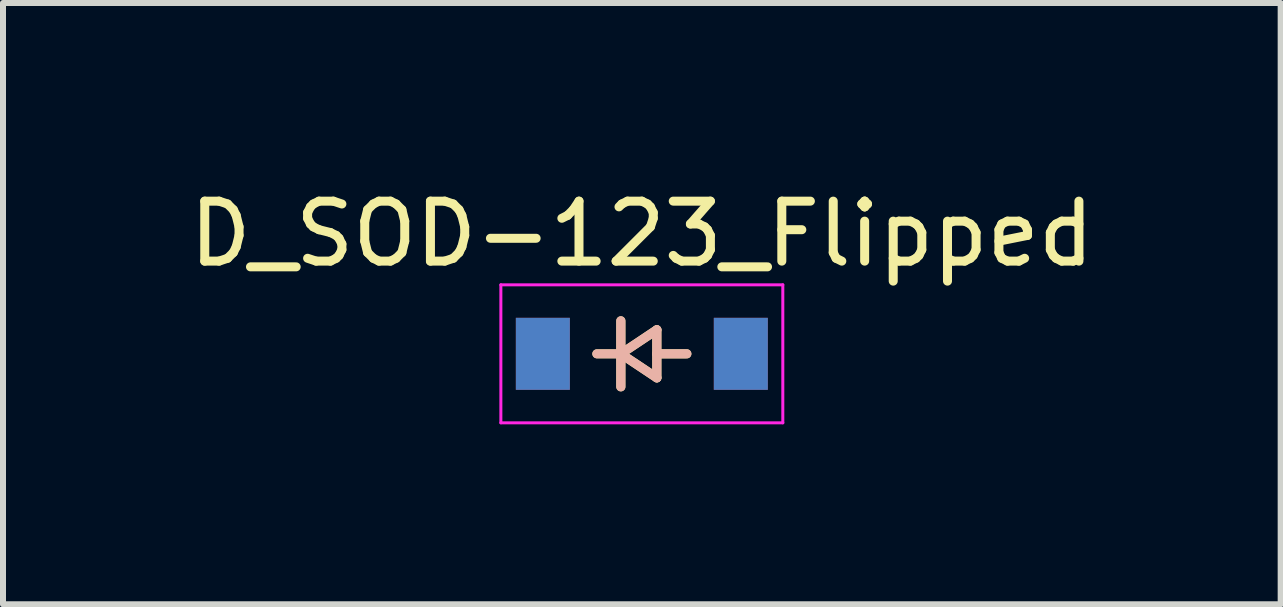
<source format=kicad_pcb>
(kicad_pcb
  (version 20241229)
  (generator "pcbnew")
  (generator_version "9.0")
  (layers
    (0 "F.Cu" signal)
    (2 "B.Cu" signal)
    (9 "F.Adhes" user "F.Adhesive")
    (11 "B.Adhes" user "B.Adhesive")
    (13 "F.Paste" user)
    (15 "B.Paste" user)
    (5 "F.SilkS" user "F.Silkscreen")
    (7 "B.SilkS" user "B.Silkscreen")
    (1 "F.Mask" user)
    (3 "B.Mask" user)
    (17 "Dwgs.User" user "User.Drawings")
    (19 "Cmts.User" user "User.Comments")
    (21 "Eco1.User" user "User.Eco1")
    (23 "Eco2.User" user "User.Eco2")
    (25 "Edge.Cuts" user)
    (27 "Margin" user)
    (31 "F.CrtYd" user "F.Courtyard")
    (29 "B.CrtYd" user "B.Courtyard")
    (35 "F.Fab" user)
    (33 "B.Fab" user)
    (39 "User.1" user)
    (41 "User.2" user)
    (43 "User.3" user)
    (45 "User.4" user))
  (footprint "D_SOD-123_Flipped"
    (layer "F.Cu")
    (at 7.649 2.848)
    (property "Reference" "D_SOD-123_Flipped" (at 0 -2 0) (layer "F.SilkS") (effects (font (size 1 1) (thickness 0.15))))
    (attr smd)
    (fp_line (start -0.75 0) (end -0.35 0) (stroke (width 0.15) (type solid)) (layer "F.SilkS"))
    (fp_line (start -0.35 0) (end -0.35 -0.55) (stroke (width 0.152) (type solid)) (layer "F.SilkS"))
    (fp_line (start -0.35 0) (end -0.35 0.55) (stroke (width 0.152) (type solid)) (layer "F.SilkS"))
    (fp_line (start -0.35 0) (end 0.25 -0.4) (stroke (width 0.152) (type solid)) (layer "F.SilkS"))
    (fp_line (start 0.25 -0.4) (end 0.25 0.4) (stroke (width 0.152) (type solid)) (layer "F.SilkS"))
    (fp_line (start 0.25 0) (end 0.75 0) (stroke (width 0.152) (type solid)) (layer "F.SilkS"))
    (fp_line (start 0.25 0.4) (end -0.35 0) (stroke (width 0.152) (type solid)) (layer "F.SilkS"))
    (fp_line (start -0.75 0) (end -0.35 0) (stroke (width 0.15) (type solid)) (layer "B.SilkS"))
    (fp_line (start -0.35 0) (end -0.35 -0.55) (stroke (width 0.152) (type solid)) (layer "B.SilkS"))
    (fp_line (start -0.35 0) (end -0.35 0.55) (stroke (width 0.152) (type solid)) (layer "B.SilkS"))
    (fp_line (start -0.35 0) (end 0.25 -0.4) (stroke (width 0.152) (type solid)) (layer "B.SilkS"))
    (fp_line (start 0.25 -0.4) (end 0.25 0.4) (stroke (width 0.152) (type solid)) (layer "B.SilkS"))
    (fp_line (start 0.25 0) (end 0.75 0) (stroke (width 0.152) (type solid)) (layer "B.SilkS"))
    (fp_line (start 0.25 0.4) (end -0.35 0) (stroke (width 0.152) (type solid)) (layer "B.SilkS"))
    (fp_line (start -2.35 -1.15) (end -2.35 1.15) (stroke (width 0.05) (type solid)) (layer "F.CrtYd"))
    (fp_line (start -2.35 -1.15) (end 2.35 -1.15) (stroke (width 0.05) (type solid)) (layer "F.CrtYd"))
    (fp_line (start 2.35 -1.15) (end 2.35 1.15) (stroke (width 0.05) (type solid)) (layer "F.CrtYd"))
    (fp_line (start 2.35 1.15) (end -2.35 1.15) (stroke (width 0.05) (type solid)) (layer "F.CrtYd"))
    (pad "1" smd rect (at -1.65 0) (size 0.9 1.2) (layers "F.Cu" "F.Mask" "F.Paste"))
    (pad "1" smd rect (at -1.65 0) (size 0.9 1.2) (layers "B.Cu" "B.Mask" "B.Paste"))
    (pad "2" smd rect (at 1.65 0) (size 0.9 1.2) (layers "F.Cu" "F.Mask" "F.Paste"))
    (pad "2" smd rect (at 1.65 0) (size 0.9 1.2) (layers "B.Cu" "B.Mask" "B.Paste")))
  (gr_rect
    (start -3 -3)
    (end 18.298 7.023)
    (stroke (width 0.1) (type default))
    (fill no)
    (layer "Edge.Cuts")))
</source>
